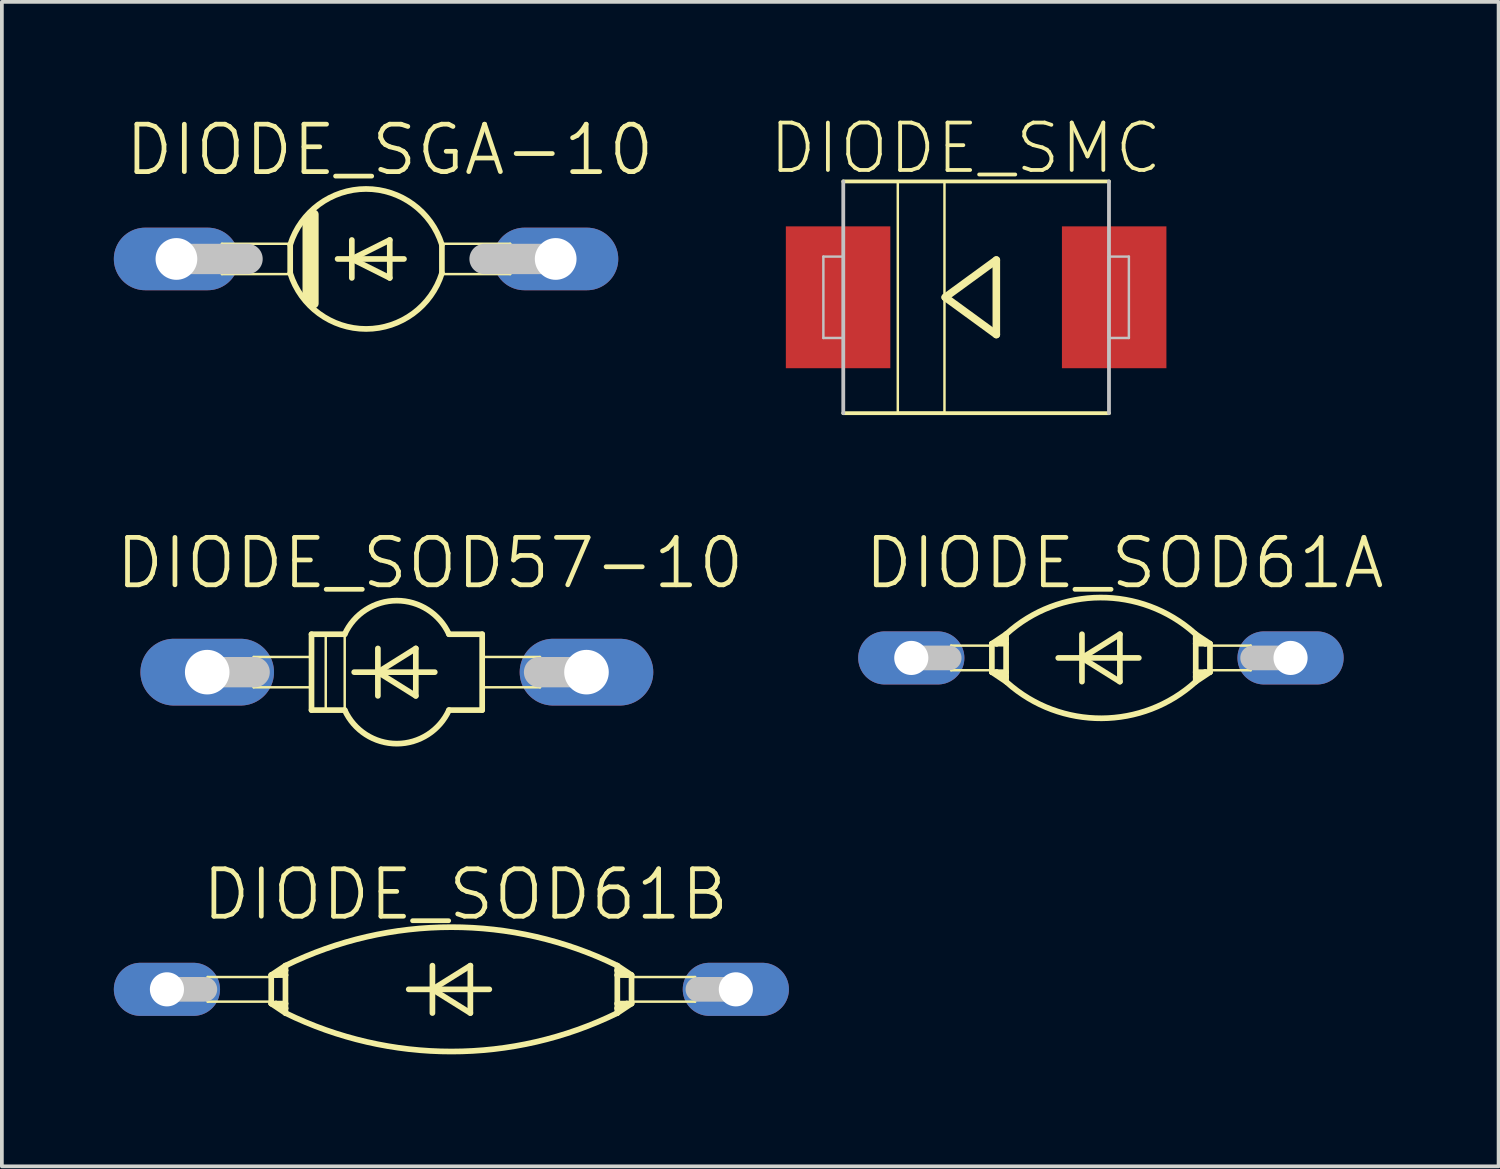
<source format=kicad_pcb>
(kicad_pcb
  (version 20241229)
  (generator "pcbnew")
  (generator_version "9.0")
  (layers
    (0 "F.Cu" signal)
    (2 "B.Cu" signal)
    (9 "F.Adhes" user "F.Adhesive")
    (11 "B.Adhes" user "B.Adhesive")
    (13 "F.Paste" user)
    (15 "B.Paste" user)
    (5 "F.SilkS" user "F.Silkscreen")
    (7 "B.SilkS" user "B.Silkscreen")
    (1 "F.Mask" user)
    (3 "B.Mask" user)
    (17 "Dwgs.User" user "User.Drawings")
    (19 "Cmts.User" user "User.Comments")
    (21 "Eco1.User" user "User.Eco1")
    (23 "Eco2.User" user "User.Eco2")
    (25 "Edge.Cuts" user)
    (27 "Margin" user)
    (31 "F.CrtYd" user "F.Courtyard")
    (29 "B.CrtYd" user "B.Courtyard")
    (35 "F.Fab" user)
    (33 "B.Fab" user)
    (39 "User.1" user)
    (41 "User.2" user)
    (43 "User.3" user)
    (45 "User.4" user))
  (footprint "DIODE_SOD61B"
    (layer "F.Cu")
    (at 9.042 23.453)
    (property "Reference" "DIODE_SOD61B" (at 0.381 -2.54 0) (layer "F.SilkS") (effects (font (size 1.27 1.27) (thickness 0.127))))
    (attr exclude_from_pos_files exclude_from_bom)
    (fp_line (start -6.528 -0.33) (end -4.826 -0.33) (stroke (width 0.066) (type solid)) (layer "F.SilkS"))
    (fp_line (start -6.528 0.33) (end -6.528 -0.33) (stroke (width 0.066) (type solid)) (layer "F.SilkS"))
    (fp_line (start -6.528 0.33) (end -4.826 0.33) (stroke (width 0.066) (type solid)) (layer "F.SilkS"))
    (fp_line (start -4.826 -0.381) (end -4.826 0.381) (stroke (width 0.152) (type solid)) (layer "F.SilkS"))
    (fp_line (start -4.826 -0.381) (end -4.699 -0.381) (stroke (width 0.152) (type solid)) (layer "F.SilkS"))
    (fp_line (start -4.826 -0.381) (end -4.445 -0.381) (stroke (width 0.066) (type solid)) (layer "F.SilkS"))
    (fp_line (start -4.826 0.33) (end -4.826 -0.33) (stroke (width 0.066) (type solid)) (layer "F.SilkS"))
    (fp_line (start -4.826 0.381) (end -4.826 -0.381) (stroke (width 0.066) (type solid)) (layer "F.SilkS"))
    (fp_line (start -4.826 0.381) (end -4.699 0.381) (stroke (width 0.152) (type solid)) (layer "F.SilkS"))
    (fp_line (start -4.826 0.381) (end -4.445 0.381) (stroke (width 0.066) (type solid)) (layer "F.SilkS"))
    (fp_line (start -4.826 0.381) (end -4.445 0.635) (stroke (width 0.152) (type solid)) (layer "F.SilkS"))
    (fp_line (start -4.699 -0.381) (end -4.445 -0.381) (stroke (width 0.152) (type solid)) (layer "F.SilkS"))
    (fp_line (start -4.699 0.381) (end -4.445 0.381) (stroke (width 0.152) (type solid)) (layer "F.SilkS"))
    (fp_line (start -4.445 -0.635) (end -4.826 -0.381) (stroke (width 0.152) (type solid)) (layer "F.SilkS"))
    (fp_line (start -4.445 -0.635) (end -4.445 -0.508) (stroke (width 0.152) (type solid)) (layer "F.SilkS"))
    (fp_line (start -4.445 -0.508) (end -4.699 -0.381) (stroke (width 0.152) (type solid)) (layer "F.SilkS"))
    (fp_line (start -4.445 -0.508) (end -4.445 -0.381) (stroke (width 0.152) (type solid)) (layer "F.SilkS"))
    (fp_line (start -4.445 -0.381) (end -4.445 0.381) (stroke (width 0.152) (type solid)) (layer "F.SilkS"))
    (fp_line (start -4.445 0.381) (end -4.445 -0.381) (stroke (width 0.066) (type solid)) (layer "F.SilkS"))
    (fp_line (start -4.445 0.381) (end -4.445 0.508) (stroke (width 0.152) (type solid)) (layer "F.SilkS"))
    (fp_line (start -4.445 0.508) (end -4.699 0.381) (stroke (width 0.152) (type solid)) (layer "F.SilkS"))
    (fp_line (start -4.445 0.508) (end -4.445 0.635) (stroke (width 0.152) (type solid)) (layer "F.SilkS"))
    (fp_line (start -1.143 0) (end -0.508 0) (stroke (width 0.152) (type solid)) (layer "F.SilkS"))
    (fp_line (start -0.508 -0.635) (end -0.508 0) (stroke (width 0.152) (type solid)) (layer "F.SilkS"))
    (fp_line (start -0.508 0) (end -0.508 0.635) (stroke (width 0.152) (type solid)) (layer "F.SilkS"))
    (fp_line (start -0.508 0) (end 0.508 -0.635) (stroke (width 0.152) (type solid)) (layer "F.SilkS"))
    (fp_line (start -0.508 0) (end 1.016 0) (stroke (width 0.152) (type solid)) (layer "F.SilkS"))
    (fp_line (start 0.508 -0.635) (end 0.508 0.635) (stroke (width 0.152) (type solid)) (layer "F.SilkS"))
    (fp_line (start 0.508 0.635) (end -0.508 0) (stroke (width 0.152) (type solid)) (layer "F.SilkS"))
    (fp_line (start 4.445 -0.635) (end 4.826 -0.381) (stroke (width 0.152) (type solid)) (layer "F.SilkS"))
    (fp_line (start 4.445 -0.508) (end 4.445 -0.635) (stroke (width 0.152) (type solid)) (layer "F.SilkS"))
    (fp_line (start 4.445 -0.508) (end 4.699 -0.381) (stroke (width 0.152) (type solid)) (layer "F.SilkS"))
    (fp_line (start 4.445 -0.381) (end 4.445 -0.508) (stroke (width 0.152) (type solid)) (layer "F.SilkS"))
    (fp_line (start 4.445 -0.381) (end 4.826 -0.381) (stroke (width 0.066) (type solid)) (layer "F.SilkS"))
    (fp_line (start 4.445 0.381) (end 4.445 -0.381) (stroke (width 0.066) (type solid)) (layer "F.SilkS"))
    (fp_line (start 4.445 0.381) (end 4.445 -0.381) (stroke (width 0.152) (type solid)) (layer "F.SilkS"))
    (fp_line (start 4.445 0.381) (end 4.826 0.381) (stroke (width 0.066) (type solid)) (layer "F.SilkS"))
    (fp_line (start 4.445 0.508) (end 4.445 0.381) (stroke (width 0.152) (type solid)) (layer "F.SilkS"))
    (fp_line (start 4.445 0.508) (end 4.699 0.381) (stroke (width 0.152) (type solid)) (layer "F.SilkS"))
    (fp_line (start 4.445 0.635) (end 4.445 0.508) (stroke (width 0.152) (type solid)) (layer "F.SilkS"))
    (fp_line (start 4.445 0.635) (end 4.826 0.381) (stroke (width 0.152) (type solid)) (layer "F.SilkS"))
    (fp_line (start 4.699 -0.381) (end 4.445 -0.381) (stroke (width 0.152) (type solid)) (layer "F.SilkS"))
    (fp_line (start 4.699 0.381) (end 4.445 0.381) (stroke (width 0.152) (type solid)) (layer "F.SilkS"))
    (fp_line (start 4.826 -0.381) (end 4.699 -0.381) (stroke (width 0.152) (type solid)) (layer "F.SilkS"))
    (fp_line (start 4.826 -0.381) (end 4.826 0.381) (stroke (width 0.152) (type solid)) (layer "F.SilkS"))
    (fp_line (start 4.826 -0.33) (end 6.528 -0.33) (stroke (width 0.066) (type solid)) (layer "F.SilkS"))
    (fp_line (start 4.826 0.33) (end 4.826 -0.33) (stroke (width 0.066) (type solid)) (layer "F.SilkS"))
    (fp_line (start 4.826 0.33) (end 6.528 0.33) (stroke (width 0.066) (type solid)) (layer "F.SilkS"))
    (fp_line (start 4.826 0.381) (end 4.699 0.381) (stroke (width 0.152) (type solid)) (layer "F.SilkS"))
    (fp_line (start 4.826 0.381) (end 4.826 -0.381) (stroke (width 0.066) (type solid)) (layer "F.SilkS"))
    (fp_line (start 6.528 0.33) (end 6.528 -0.33) (stroke (width 0.066) (type solid)) (layer "F.SilkS"))
    (fp_arc (start -4.445 -0.635) (mid -0.002452 -1.665864) (end 4.440596 -0.637158) (stroke (width 0.1524) (type solid)) (layer "F.SilkS"))
    (fp_arc (start 4.445 0.635) (mid 0.002452 1.665864) (end -4.440596 0.637158) (stroke (width 0.1524) (type solid)) (layer "F.SilkS"))
    (fp_line (start -7.62 0) (end -6.604 0) (stroke (width 0.66) (type solid)) (layer "Dwgs.User"))
    (fp_line (start 7.62 0) (end 6.604 0) (stroke (width 0.66) (type solid)) (layer "Dwgs.User"))
    (pad "A" thru_hole oval (at 7.62 0 90) (size 1.422 2.845) (drill 0.914) (layers "*.Cu" "*.Paste" "*.Mask"))
    (pad "C" thru_hole oval (at -7.62 0 90) (size 1.422 2.845) (drill 0.914) (layers "*.Cu" "*.Paste" "*.Mask")))
  (footprint "DIODE_SOD61A"
    (layer "F.Cu")
    (at 26.442 14.575)
    (property "Reference" "DIODE_SOD61A" (at 0.635 -2.54 0) (layer "F.SilkS") (effects (font (size 1.27 1.27) (thickness 0.127))))
    (attr exclude_from_pos_files exclude_from_bom)
    (fp_line (start -4.013 -0.33) (end -2.921 -0.33) (stroke (width 0.066) (type solid)) (layer "F.SilkS"))
    (fp_line (start -4.013 0.33) (end -4.013 -0.33) (stroke (width 0.066) (type solid)) (layer "F.SilkS"))
    (fp_line (start -4.013 0.33) (end -2.921 0.33) (stroke (width 0.066) (type solid)) (layer "F.SilkS"))
    (fp_line (start -2.921 -0.381) (end -2.921 0.381) (stroke (width 0.152) (type solid)) (layer "F.SilkS"))
    (fp_line (start -2.921 -0.381) (end -2.794 -0.381) (stroke (width 0.152) (type solid)) (layer "F.SilkS"))
    (fp_line (start -2.921 -0.381) (end -2.54 -0.381) (stroke (width 0.066) (type solid)) (layer "F.SilkS"))
    (fp_line (start -2.921 0.33) (end -2.921 -0.33) (stroke (width 0.066) (type solid)) (layer "F.SilkS"))
    (fp_line (start -2.921 0.381) (end -2.921 -0.381) (stroke (width 0.066) (type solid)) (layer "F.SilkS"))
    (fp_line (start -2.921 0.381) (end -2.794 0.381) (stroke (width 0.152) (type solid)) (layer "F.SilkS"))
    (fp_line (start -2.921 0.381) (end -2.54 0.381) (stroke (width 0.066) (type solid)) (layer "F.SilkS"))
    (fp_line (start -2.921 0.381) (end -2.54 0.635) (stroke (width 0.152) (type solid)) (layer "F.SilkS"))
    (fp_line (start -2.794 -0.381) (end -2.54 -0.381) (stroke (width 0.152) (type solid)) (layer "F.SilkS"))
    (fp_line (start -2.794 0.381) (end -2.54 0.381) (stroke (width 0.152) (type solid)) (layer "F.SilkS"))
    (fp_line (start -2.54 -0.635) (end -2.921 -0.381) (stroke (width 0.152) (type solid)) (layer "F.SilkS"))
    (fp_line (start -2.54 -0.635) (end -2.54 -0.508) (stroke (width 0.152) (type solid)) (layer "F.SilkS"))
    (fp_line (start -2.54 -0.508) (end -2.794 -0.381) (stroke (width 0.152) (type solid)) (layer "F.SilkS"))
    (fp_line (start -2.54 -0.508) (end -2.54 -0.381) (stroke (width 0.152) (type solid)) (layer "F.SilkS"))
    (fp_line (start -2.54 -0.381) (end -2.54 0.381) (stroke (width 0.152) (type solid)) (layer "F.SilkS"))
    (fp_line (start -2.54 0.381) (end -2.54 -0.381) (stroke (width 0.066) (type solid)) (layer "F.SilkS"))
    (fp_line (start -2.54 0.381) (end -2.54 0.508) (stroke (width 0.152) (type solid)) (layer "F.SilkS"))
    (fp_line (start -2.54 0.508) (end -2.794 0.381) (stroke (width 0.152) (type solid)) (layer "F.SilkS"))
    (fp_line (start -2.54 0.508) (end -2.54 0.635) (stroke (width 0.152) (type solid)) (layer "F.SilkS"))
    (fp_line (start -1.143 0) (end -0.508 0) (stroke (width 0.152) (type solid)) (layer "F.SilkS"))
    (fp_line (start -0.508 -0.635) (end -0.508 0) (stroke (width 0.152) (type solid)) (layer "F.SilkS"))
    (fp_line (start -0.508 0) (end -0.508 0.635) (stroke (width 0.152) (type solid)) (layer "F.SilkS"))
    (fp_line (start -0.508 0) (end 0.508 -0.635) (stroke (width 0.152) (type solid)) (layer "F.SilkS"))
    (fp_line (start -0.508 0) (end 1.016 0) (stroke (width 0.152) (type solid)) (layer "F.SilkS"))
    (fp_line (start 0.508 -0.635) (end 0.508 0.635) (stroke (width 0.152) (type solid)) (layer "F.SilkS"))
    (fp_line (start 0.508 0.635) (end -0.508 0) (stroke (width 0.152) (type solid)) (layer "F.SilkS"))
    (fp_line (start 2.54 -0.635) (end 2.921 -0.381) (stroke (width 0.152) (type solid)) (layer "F.SilkS"))
    (fp_line (start 2.54 -0.508) (end 2.54 -0.635) (stroke (width 0.152) (type solid)) (layer "F.SilkS"))
    (fp_line (start 2.54 -0.508) (end 2.794 -0.381) (stroke (width 0.152) (type solid)) (layer "F.SilkS"))
    (fp_line (start 2.54 -0.381) (end 2.54 -0.508) (stroke (width 0.152) (type solid)) (layer "F.SilkS"))
    (fp_line (start 2.54 -0.381) (end 2.921 -0.381) (stroke (width 0.066) (type solid)) (layer "F.SilkS"))
    (fp_line (start 2.54 0.381) (end 2.54 -0.381) (stroke (width 0.066) (type solid)) (layer "F.SilkS"))
    (fp_line (start 2.54 0.381) (end 2.54 -0.381) (stroke (width 0.152) (type solid)) (layer "F.SilkS"))
    (fp_line (start 2.54 0.381) (end 2.921 0.381) (stroke (width 0.066) (type solid)) (layer "F.SilkS"))
    (fp_line (start 2.54 0.508) (end 2.54 0.381) (stroke (width 0.152) (type solid)) (layer "F.SilkS"))
    (fp_line (start 2.54 0.508) (end 2.794 0.381) (stroke (width 0.152) (type solid)) (layer "F.SilkS"))
    (fp_line (start 2.54 0.635) (end 2.54 0.508) (stroke (width 0.152) (type solid)) (layer "F.SilkS"))
    (fp_line (start 2.54 0.635) (end 2.921 0.381) (stroke (width 0.152) (type solid)) (layer "F.SilkS"))
    (fp_line (start 2.794 -0.381) (end 2.54 -0.381) (stroke (width 0.152) (type solid)) (layer "F.SilkS"))
    (fp_line (start 2.794 0.381) (end 2.54 0.381) (stroke (width 0.152) (type solid)) (layer "F.SilkS"))
    (fp_line (start 2.921 -0.381) (end 2.794 -0.381) (stroke (width 0.152) (type solid)) (layer "F.SilkS"))
    (fp_line (start 2.921 -0.381) (end 2.921 0.381) (stroke (width 0.152) (type solid)) (layer "F.SilkS"))
    (fp_line (start 2.921 -0.33) (end 4.013 -0.33) (stroke (width 0.066) (type solid)) (layer "F.SilkS"))
    (fp_line (start 2.921 0.33) (end 2.921 -0.33) (stroke (width 0.066) (type solid)) (layer "F.SilkS"))
    (fp_line (start 2.921 0.33) (end 4.013 0.33) (stroke (width 0.066) (type solid)) (layer "F.SilkS"))
    (fp_line (start 2.921 0.381) (end 2.794 0.381) (stroke (width 0.152) (type solid)) (layer "F.SilkS"))
    (fp_line (start 2.921 0.381) (end 2.921 -0.381) (stroke (width 0.066) (type solid)) (layer "F.SilkS"))
    (fp_line (start 4.013 0.33) (end 4.013 -0.33) (stroke (width 0.066) (type solid)) (layer "F.SilkS"))
    (fp_arc (start -2.54 -0.635) (mid -0.018037 -1.616938) (end 2.513192 -0.659138) (stroke (width 0.1524) (type solid)) (layer "F.SilkS"))
    (fp_arc (start 2.54 0.635) (mid 0.018037 1.616938) (end -2.513192 0.659138) (stroke (width 0.1524) (type solid)) (layer "F.SilkS"))
    (fp_line (start -5.08 0) (end -4.064 0) (stroke (width 0.66) (type solid)) (layer "Dwgs.User"))
    (fp_line (start 5.08 0) (end 4.064 0) (stroke (width 0.66) (type solid)) (layer "Dwgs.User"))
    (pad "A" thru_hole oval (at 5.08 0 90) (size 1.422 2.845) (drill 0.914) (layers "*.Cu" "*.Paste" "*.Mask"))
    (pad "C" thru_hole oval (at -5.08 0 90) (size 1.422 2.845) (drill 0.914) (layers "*.Cu" "*.Paste" "*.Mask")))
  (footprint "DIODE_SGA-10"
    (layer "F.Cu")
    (at 6.756 3.887)
    (property "Reference" "DIODE_SGA-10" (at 0.635 -2.921 0) (layer "F.SilkS") (effects (font (size 1.27 1.27) (thickness 0.127))))
    (attr exclude_from_pos_files exclude_from_bom)
    (fp_line (start -3.861 -0.406) (end -2.032 -0.406) (stroke (width 0.066) (type solid)) (layer "F.SilkS"))
    (fp_line (start -3.861 0.406) (end -3.861 -0.406) (stroke (width 0.066) (type solid)) (layer "F.SilkS"))
    (fp_line (start -3.861 0.406) (end -2.032 0.406) (stroke (width 0.066) (type solid)) (layer "F.SilkS"))
    (fp_line (start -2.032 -0.381) (end -2.032 0.381) (stroke (width 0.152) (type solid)) (layer "F.SilkS"))
    (fp_line (start -2.032 0.406) (end -2.032 -0.406) (stroke (width 0.066) (type solid)) (layer "F.SilkS"))
    (fp_line (start -1.575 -1.041) (end -1.575 1.016) (stroke (width 0.254) (type solid)) (layer "F.SilkS"))
    (fp_line (start -1.397 -1.194) (end -1.397 1.194) (stroke (width 0.254) (type solid)) (layer "F.SilkS"))
    (fp_line (start -0.762 0) (end -0.381 0) (stroke (width 0.152) (type solid)) (layer "F.SilkS"))
    (fp_line (start -0.381 -0.508) (end -0.381 0) (stroke (width 0.152) (type solid)) (layer "F.SilkS"))
    (fp_line (start -0.381 0) (end -0.381 0.508) (stroke (width 0.152) (type solid)) (layer "F.SilkS"))
    (fp_line (start -0.381 0) (end 0.635 -0.508) (stroke (width 0.152) (type solid)) (layer "F.SilkS"))
    (fp_line (start -0.381 0) (end 1.016 0) (stroke (width 0.152) (type solid)) (layer "F.SilkS"))
    (fp_line (start 0.635 -0.508) (end 0.635 0.508) (stroke (width 0.152) (type solid)) (layer "F.SilkS"))
    (fp_line (start 0.635 0.508) (end -0.381 0) (stroke (width 0.152) (type solid)) (layer "F.SilkS"))
    (fp_line (start 2.032 -0.406) (end 3.861 -0.406) (stroke (width 0.066) (type solid)) (layer "F.SilkS"))
    (fp_line (start 2.032 -0.381) (end 2.032 0.381) (stroke (width 0.152) (type solid)) (layer "F.SilkS"))
    (fp_line (start 2.032 0.406) (end 2.032 -0.406) (stroke (width 0.066) (type solid)) (layer "F.SilkS"))
    (fp_line (start 2.032 0.406) (end 3.861 0.406) (stroke (width 0.066) (type solid)) (layer "F.SilkS"))
    (fp_line (start 3.861 0.406) (end 3.861 -0.406) (stroke (width 0.066) (type solid)) (layer "F.SilkS"))
    (fp_arc (start -2.032 -0.381) (mid -0.001708 -1.874907) (end 2.030978 -0.38426) (stroke (width 0.1524) (type solid)) (layer "F.SilkS"))
    (fp_arc (start 2.032 0.381) (mid 0.001708 1.874907) (end -2.030978 0.38426) (stroke (width 0.1524) (type solid)) (layer "F.SilkS"))
    (fp_line (start -5.08 0) (end -3.175 0) (stroke (width 0.813) (type solid)) (layer "Dwgs.User"))
    (fp_line (start 5.08 0) (end 3.175 0) (stroke (width 0.813) (type solid)) (layer "Dwgs.User"))
    (pad "A" thru_hole oval (at 5.08 0 90) (size 1.676 3.353) (drill 1.118) (layers "*.Cu" "*.Paste" "*.Mask"))
    (pad "C" thru_hole oval (at -5.08 0 90) (size 1.676 3.353) (drill 1.118) (layers "*.Cu" "*.Paste" "*.Mask")))
  (footprint "DIODE_SOD57-10"
    (layer "F.Cu")
    (at 7.581 14.956)
    (property "Reference" "DIODE_SOD57-10" (at 0.889 -2.921 0) (layer "F.SilkS") (effects (font (size 1.27 1.27) (thickness 0.127))))
    (attr exclude_from_pos_files exclude_from_bom)
    (fp_line (start -3.835 -0.406) (end -2.286 -0.406) (stroke (width 0.066) (type solid)) (layer "F.SilkS"))
    (fp_line (start -3.835 0.406) (end -3.835 -0.406) (stroke (width 0.066) (type solid)) (layer "F.SilkS"))
    (fp_line (start -3.835 0.406) (end -2.286 0.406) (stroke (width 0.066) (type solid)) (layer "F.SilkS"))
    (fp_line (start -2.286 -1.016) (end -2.286 1.016) (stroke (width 0.152) (type solid)) (layer "F.SilkS"))
    (fp_line (start -2.286 -1.016) (end -1.397 -1.016) (stroke (width 0.152) (type solid)) (layer "F.SilkS"))
    (fp_line (start -2.286 0.406) (end -2.286 -0.406) (stroke (width 0.066) (type solid)) (layer "F.SilkS"))
    (fp_line (start -2.286 1.016) (end -1.397 1.016) (stroke (width 0.152) (type solid)) (layer "F.SilkS"))
    (fp_line (start -1.905 -1.016) (end -1.397 -1.016) (stroke (width 0.066) (type solid)) (layer "F.SilkS"))
    (fp_line (start -1.905 1.016) (end -1.905 -1.016) (stroke (width 0.066) (type solid)) (layer "F.SilkS"))
    (fp_line (start -1.905 1.016) (end -1.397 1.016) (stroke (width 0.066) (type solid)) (layer "F.SilkS"))
    (fp_line (start -1.397 1.016) (end -1.397 -1.016) (stroke (width 0.066) (type solid)) (layer "F.SilkS"))
    (fp_line (start -1.143 0) (end -0.508 0) (stroke (width 0.152) (type solid)) (layer "F.SilkS"))
    (fp_line (start -0.508 -0.635) (end -0.508 0) (stroke (width 0.152) (type solid)) (layer "F.SilkS"))
    (fp_line (start -0.508 0) (end -0.508 0.635) (stroke (width 0.152) (type solid)) (layer "F.SilkS"))
    (fp_line (start -0.508 0) (end 0.508 -0.635) (stroke (width 0.152) (type solid)) (layer "F.SilkS"))
    (fp_line (start -0.508 0) (end 1.016 0) (stroke (width 0.152) (type solid)) (layer "F.SilkS"))
    (fp_line (start 0.508 -0.635) (end 0.508 0.635) (stroke (width 0.152) (type solid)) (layer "F.SilkS"))
    (fp_line (start 0.508 0.635) (end -0.508 0) (stroke (width 0.152) (type solid)) (layer "F.SilkS"))
    (fp_line (start 1.397 1.016) (end 2.286 1.016) (stroke (width 0.152) (type solid)) (layer "F.SilkS"))
    (fp_line (start 2.286 -1.016) (end 1.397 -1.016) (stroke (width 0.152) (type solid)) (layer "F.SilkS"))
    (fp_line (start 2.286 -0.406) (end 3.835 -0.406) (stroke (width 0.066) (type solid)) (layer "F.SilkS"))
    (fp_line (start 2.286 0.406) (end 2.286 -0.406) (stroke (width 0.066) (type solid)) (layer "F.SilkS"))
    (fp_line (start 2.286 0.406) (end 3.835 0.406) (stroke (width 0.066) (type solid)) (layer "F.SilkS"))
    (fp_line (start 2.286 1.016) (end 2.286 -1.016) (stroke (width 0.152) (type solid)) (layer "F.SilkS"))
    (fp_line (start 3.835 0.406) (end 3.835 -0.406) (stroke (width 0.066) (type solid)) (layer "F.SilkS"))
    (fp_arc (start -1.397 -1.016) (mid -0.000162 -1.915547) (end 1.396866 -1.016295) (stroke (width 0.1524) (type solid)) (layer "F.SilkS"))
    (fp_arc (start 1.397 1.016) (mid 0.000162 1.915547) (end -1.396866 1.016295) (stroke (width 0.1524) (type solid)) (layer "F.SilkS"))
    (fp_line (start -5.08 0) (end -3.81 0) (stroke (width 0.813) (type solid)) (layer "Dwgs.User"))
    (fp_line (start 5.08 0) (end 3.81 0) (stroke (width 0.813) (type solid)) (layer "Dwgs.User"))
    (pad "A" thru_hole oval (at 5.08 0 90) (size 1.788 3.579) (drill 1.194) (layers "*.Cu" "*.Paste" "*.Mask"))
    (pad "C" thru_hole oval (at -5.08 0 90) (size 1.788 3.579) (drill 1.194) (layers "*.Cu" "*.Paste" "*.Mask")))
  (footprint "DIODE_SMC"
    (layer "F.Cu")
    (at 23.099 4.914)
    (property "Reference" "DIODE_SMC" (at -0.282 -3.993 0) (layer "F.SilkS") (effects (font (size 1.27 1.27) (thickness 0.102))))
    (attr smd)
    (fp_line (start -3.559 -3.104) (end 3.559 -3.104) (stroke (width 0.102) (type solid)) (layer "F.SilkS"))
    (fp_line (start -3.559 3.104) (end 3.559 3.104) (stroke (width 0.102) (type solid)) (layer "F.SilkS"))
    (fp_line (start -2.098 -3.099) (end -0.848 -3.099) (stroke (width 0.066) (type solid)) (layer "F.SilkS"))
    (fp_line (start -2.098 3.099) (end -2.098 -3.099) (stroke (width 0.066) (type solid)) (layer "F.SilkS"))
    (fp_line (start -2.098 3.099) (end -0.848 3.099) (stroke (width 0.066) (type solid)) (layer "F.SilkS"))
    (fp_line (start -0.848 3.099) (end -0.848 -3.099) (stroke (width 0.066) (type solid)) (layer "F.SilkS"))
    (fp_line (start -0.828 0) (end 0.541 0.998) (stroke (width 0.203) (type solid)) (layer "F.SilkS"))
    (fp_line (start 0.541 -0.998) (end -0.828 0) (stroke (width 0.203) (type solid)) (layer "F.SilkS"))
    (fp_line (start 0.541 0.998) (end 0.541 -0.998) (stroke (width 0.203) (type solid)) (layer "F.SilkS"))
    (fp_line (start -4.092 -1.09) (end -3.559 -1.09) (stroke (width 0.066) (type solid)) (layer "Dwgs.User"))
    (fp_line (start -4.092 1.09) (end -4.092 -1.09) (stroke (width 0.066) (type solid)) (layer "Dwgs.User"))
    (fp_line (start -4.092 1.09) (end -3.559 1.09) (stroke (width 0.066) (type solid)) (layer "Dwgs.User"))
    (fp_line (start -3.559 1.09) (end -3.559 -1.09) (stroke (width 0.066) (type solid)) (layer "Dwgs.User"))
    (fp_line (start -3.559 3.104) (end -3.559 -3.104) (stroke (width 0.102) (type solid)) (layer "Dwgs.User"))
    (fp_line (start 3.559 -1.09) (end 4.092 -1.09) (stroke (width 0.066) (type solid)) (layer "Dwgs.User"))
    (fp_line (start 3.559 1.09) (end 3.559 -1.09) (stroke (width 0.066) (type solid)) (layer "Dwgs.User"))
    (fp_line (start 3.559 1.09) (end 4.092 1.09) (stroke (width 0.066) (type solid)) (layer "Dwgs.User"))
    (fp_line (start 3.559 3.104) (end 3.559 -3.104) (stroke (width 0.102) (type solid)) (layer "Dwgs.User"))
    (fp_line (start 4.092 1.09) (end 4.092 -1.09) (stroke (width 0.066) (type solid)) (layer "Dwgs.User"))
    (pad "A" smd rect (at 3.698 0) (size 2.799 3.8) (layers "F.Cu" "F.Mask" "F.Paste"))
    (pad "C" smd rect (at -3.698 0) (size 2.799 3.8) (layers "F.Cu" "F.Mask" "F.Paste")))
  (gr_rect
    (start -3 -3)
    (end 37.095 28.195)
    (stroke (width 0.1) (type default))
    (fill no)
    (layer "Edge.Cuts")))
</source>
